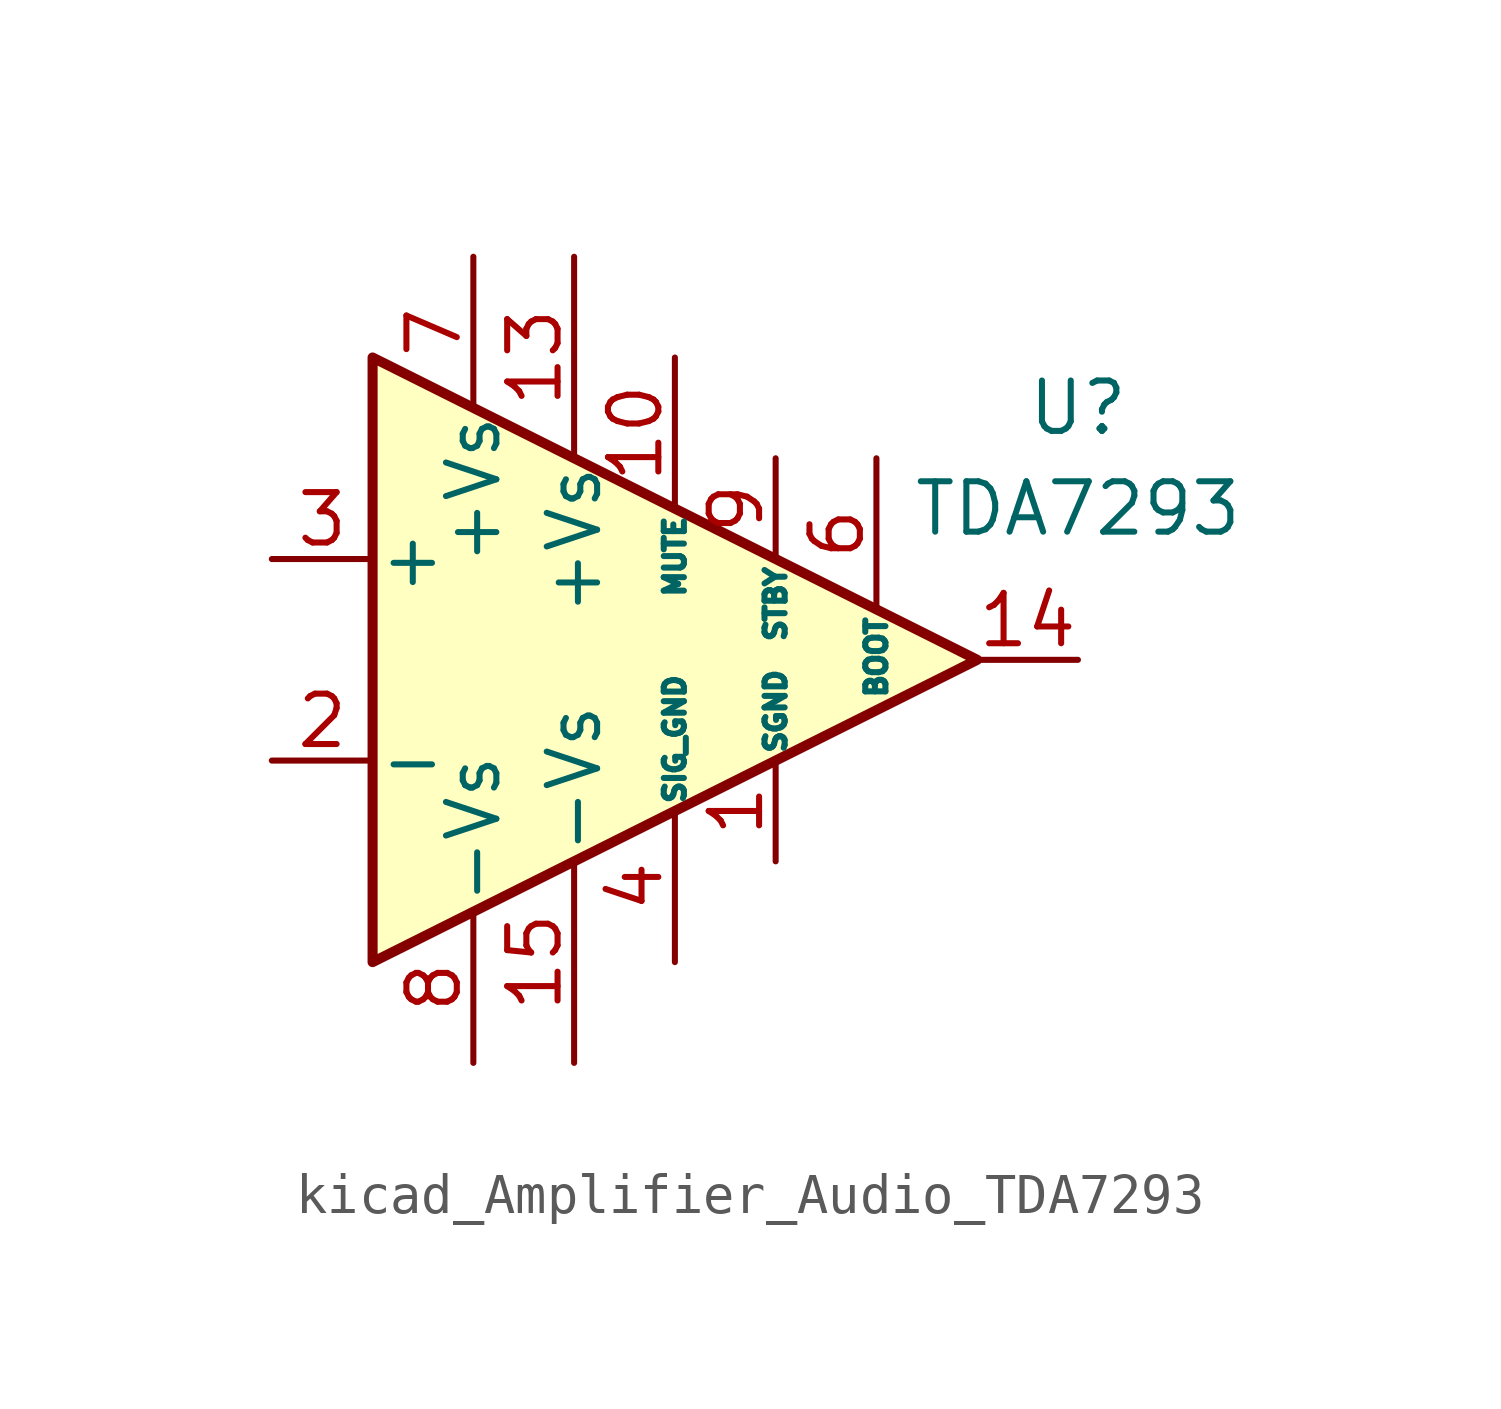
<source format=kicad_sym>
(kicad_symbol_lib
  (version 20220914)
  (generator kicad_symbol_editor)
  (symbol "kicad_Amplifier_Audio_TDA7293"
    (pin_names
      (offset 0.127))
    (property "Reference" "U"
      (at 10.16 6.35 0)
      (effects (font (size 1.27 1.27))))
    (property "Value" "TDA7293"
      (at 10.16 3.81 0)
      (effects (font (size 1.27 1.27))))
    (symbol "kicad_Amplifier_Audio_TDA7293_0_1"
      (polyline (pts (xy -7.62 7.62) (xy 7.62 0) (xy -7.62 -7.62) (xy -7.62 7.62)) (stroke (width 0.254) (type default)) (fill (type background))))
    (symbol "kicad_Amplifier_Audio_TDA7293_1_1"
      (pin power_in line (at 2.54 -5.08 90) (length 2.54) (name "SGND" (effects (font (size 0.508 0.508)))) (number "1" (effects (font (size 1.27 1.27)))))
      (pin input line (at 0 7.62 270) (length 3.81) (name "MUTE" (effects (font (size 0.508 0.508)))) (number "10" (effects (font (size 1.27 1.27)))))
      (pin no_connect line (at 0 2.54 270) (length 2.54) hide (name "NC" (effects (font (size 1.27 1.27)))) (number "11" (effects (font (size 1.27 1.27)))))
      (pin no_connect line (at 2.54 2.54 270) (length 2.54) hide (name "NC" (effects (font (size 1.27 1.27)))) (number "12" (effects (font (size 1.27 1.27)))))
      (pin power_in line (at -2.54 10.16 270) (length 5.08) (name "+Vs" (effects (font (size 1.27 1.27)))) (number "13" (effects (font (size 1.27 1.27)))))
      (pin output line (at 10.16 0 180) (length 2.54) (name "~" (effects (font (size 1.27 1.27)))) (number "14" (effects (font (size 1.27 1.27)))))
      (pin power_in line (at -2.54 -10.16 90) (length 5.08) (name "-Vs" (effects (font (size 1.27 1.27)))) (number "15" (effects (font (size 1.27 1.27)))))
      (pin input line (at -10.16 -2.54 0) (length 2.54) (name "-" (effects (font (size 1.27 1.27)))) (number "2" (effects (font (size 1.27 1.27)))))
      (pin input line (at -10.16 2.54 0) (length 2.54) (name "+" (effects (font (size 1.27 1.27)))) (number "3" (effects (font (size 1.27 1.27)))))
      (pin power_in line (at 0 -7.62 90) (length 3.81) (name "SIG_GND" (effects (font (size 0.508 0.508)))) (number "4" (effects (font (size 1.27 1.27)))))
      (pin no_connect line (at -2.54 2.54 270) (length 2.54) hide (name "NC" (effects (font (size 1.27 1.27)))) (number "5" (effects (font (size 1.27 1.27)))))
      (pin passive line (at 5.08 5.08 270) (length 3.81) (name "BOOT" (effects (font (size 0.508 0.508)))) (number "6" (effects (font (size 1.27 1.27)))))
      (pin power_in line (at -5.08 10.16 270) (length 3.81) (name "+Vs" (effects (font (size 1.27 1.27)))) (number "7" (effects (font (size 1.27 1.27)))))
      (pin power_in line (at -5.08 -10.16 90) (length 3.81) (name "-Vs" (effects (font (size 1.27 1.27)))) (number "8" (effects (font (size 1.27 1.27)))))
      (pin input line (at 2.54 5.08 270) (length 2.54) (name "STBY" (effects (font (size 0.508 0.508)))) (number "9" (effects (font (size 1.27 1.27))))))))
</source>
